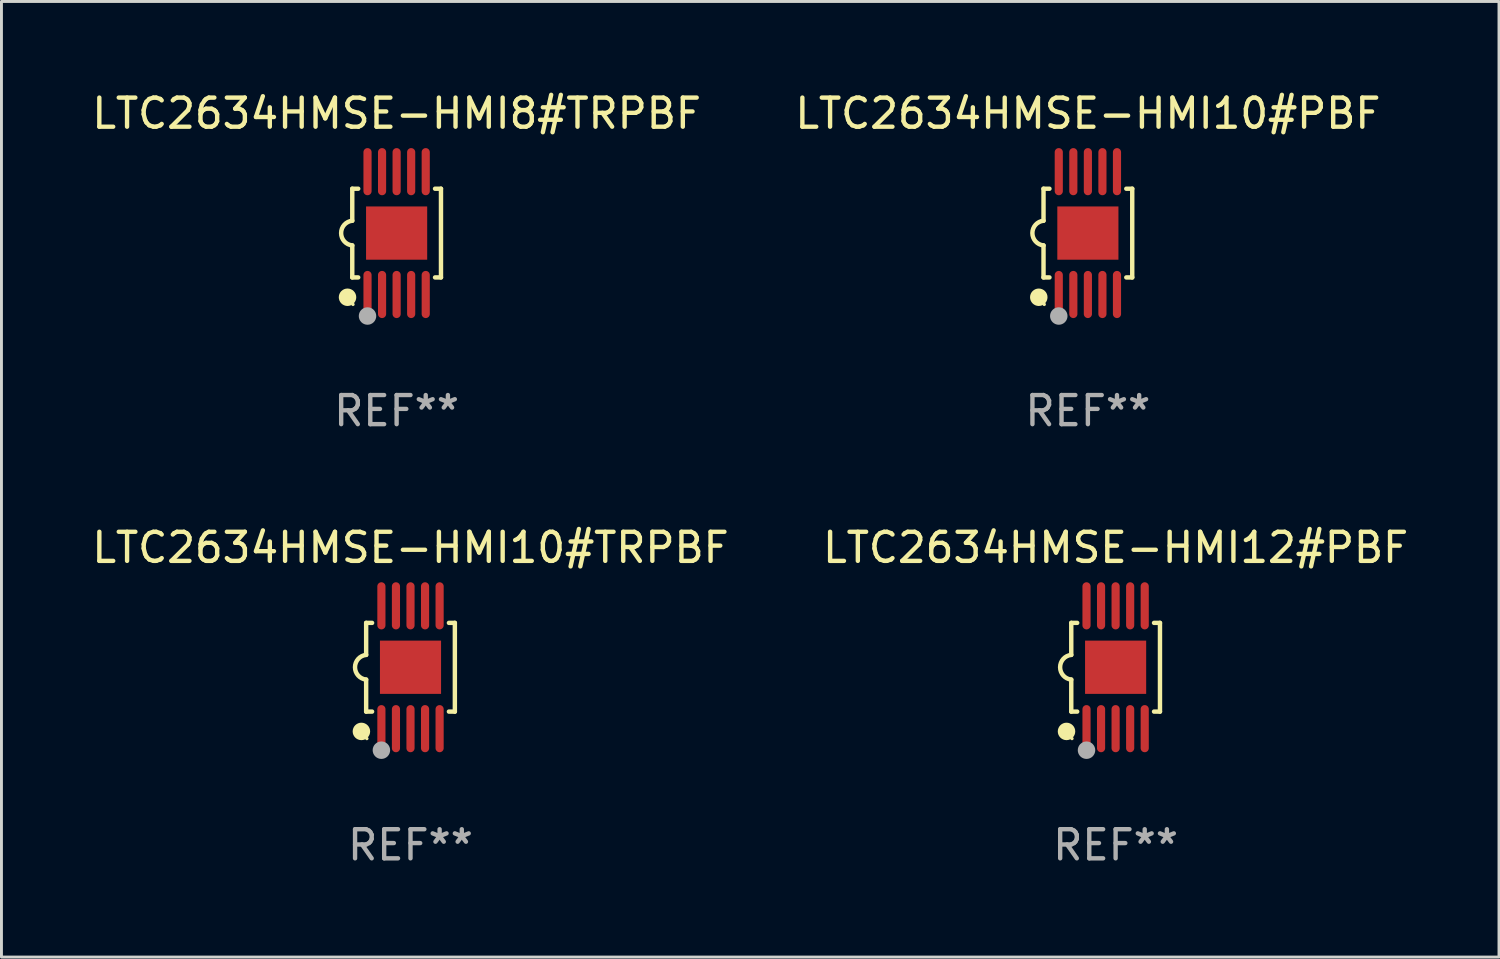
<source format=kicad_pcb>
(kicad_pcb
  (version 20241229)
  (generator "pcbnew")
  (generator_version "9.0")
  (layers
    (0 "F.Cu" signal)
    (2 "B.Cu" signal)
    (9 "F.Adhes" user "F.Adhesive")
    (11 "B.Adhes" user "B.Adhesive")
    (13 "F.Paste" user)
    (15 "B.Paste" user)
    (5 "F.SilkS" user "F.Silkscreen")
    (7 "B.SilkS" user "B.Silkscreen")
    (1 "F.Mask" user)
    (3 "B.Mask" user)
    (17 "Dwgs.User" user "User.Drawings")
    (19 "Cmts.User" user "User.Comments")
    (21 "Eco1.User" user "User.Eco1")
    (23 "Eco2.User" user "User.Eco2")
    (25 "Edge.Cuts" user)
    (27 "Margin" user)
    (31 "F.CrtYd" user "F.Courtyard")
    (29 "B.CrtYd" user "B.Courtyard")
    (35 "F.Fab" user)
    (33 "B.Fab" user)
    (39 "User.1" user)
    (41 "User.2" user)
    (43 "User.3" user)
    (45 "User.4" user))
  (footprint "LTC2634HMSE-HMI10#TRPBF"
    (layer "F.Cu")
    (at 11.054 19.875)
    (property "Reference" "LTC2634HMSE-HMI10#TRPBF" (at 0 -4.11 0) (layer "F.SilkS") (effects (font (size 1 1) (thickness 0.15))))
    (attr through_hole)
    (fp_line (start -1.524 -1.524) (end -1.524 -0.424) (stroke (width 0.152) (type solid)) (layer "F.SilkS"))
    (fp_line (start -1.524 1.524) (end -1.524 0.424) (stroke (width 0.152) (type solid)) (layer "F.SilkS"))
    (fp_line (start -1.524 1.524) (end -1.32 1.524) (stroke (width 0.152) (type solid)) (layer "F.SilkS"))
    (fp_line (start -1.32 -1.524) (end -1.524 -1.524) (stroke (width 0.152) (type solid)) (layer "F.SilkS"))
    (fp_line (start 1.32 1.524) (end 1.524 1.524) (stroke (width 0.152) (type solid)) (layer "F.SilkS"))
    (fp_line (start 1.524 -1.524) (end 1.32 -1.524) (stroke (width 0.152) (type solid)) (layer "F.SilkS"))
    (fp_line (start 1.524 1.524) (end 1.524 -1.524) (stroke (width 0.152) (type solid)) (layer "F.SilkS"))
    (fp_arc (start -1.524003 0.424003) (mid -1.906663 -0.000089) (end -1.524004 -0.424181) (stroke (width 0.151994) (type solid)) (layer "F.SilkS"))
    (fp_circle (center -1.687 2.205) (end -1.537 2.205) (stroke (width 0.3) (type solid)) (fill no) (layer "F.SilkS"))
    (fp_circle (center -1.5 2.45) (end -1.47 2.45) (stroke (width 0.06) (type solid)) (fill no) (layer "F.SilkS"))
    (fp_circle (center -1 2.85) (end -0.85 2.85) (stroke (width 0.3) (type solid)) (fill no) (layer "F.Fab"))
    (fp_text user "REF**" (at 0 6.11 0) (layer "F.Fab") (effects (font (size 1 1) (thickness 0.15))))
    (pad "1" smd oval (at -1 2.11) (size 0.28 1.62) (layers "F.Cu" "F.Mask" "F.Paste"))
    (pad "2" smd oval (at -0.5 2.11) (size 0.28 1.62) (layers "F.Cu" "F.Mask" "F.Paste"))
    (pad "3" smd oval (at 0 2.11) (size 0.28 1.62) (layers "F.Cu" "F.Mask" "F.Paste"))
    (pad "4" smd oval (at 0.5 2.11) (size 0.28 1.62) (layers "F.Cu" "F.Mask" "F.Paste"))
    (pad "5" smd oval (at 1 2.11) (size 0.28 1.62) (layers "F.Cu" "F.Mask" "F.Paste"))
    (pad "6" smd oval (at 1 -2.11) (size 0.28 1.62) (layers "F.Cu" "F.Mask" "F.Paste"))
    (pad "7" smd oval (at 0.5 -2.11) (size 0.28 1.62) (layers "F.Cu" "F.Mask" "F.Paste"))
    (pad "8" smd oval (at 0 -2.11) (size 0.28 1.62) (layers "F.Cu" "F.Mask" "F.Paste"))
    (pad "9" smd oval (at -0.5 -2.11) (size 0.28 1.62) (layers "F.Cu" "F.Mask" "F.Paste"))
    (pad "10" smd oval (at -1 -2.11) (size 0.28 1.62) (layers "F.Cu" "F.Mask" "F.Paste"))
    (pad "11" smd rect (at 0 0) (size 2.1 1.83) (layers "F.Cu" "F.Mask" "F.Paste")))
  (footprint "LTC2634HMSE-HMI12#PBF"
    (layer "F.Cu")
    (at 35.28 19.875)
    (property "Reference" "LTC2634HMSE-HMI12#PBF" (at 0 -4.11 0) (layer "F.SilkS") (effects (font (size 1 1) (thickness 0.15))))
    (attr through_hole)
    (fp_line (start -1.524 -1.524) (end -1.524 -0.424) (stroke (width 0.152) (type solid)) (layer "F.SilkS"))
    (fp_line (start -1.524 1.524) (end -1.524 0.424) (stroke (width 0.152) (type solid)) (layer "F.SilkS"))
    (fp_line (start -1.524 1.524) (end -1.32 1.524) (stroke (width 0.152) (type solid)) (layer "F.SilkS"))
    (fp_line (start -1.32 -1.524) (end -1.524 -1.524) (stroke (width 0.152) (type solid)) (layer "F.SilkS"))
    (fp_line (start 1.32 1.524) (end 1.524 1.524) (stroke (width 0.152) (type solid)) (layer "F.SilkS"))
    (fp_line (start 1.524 -1.524) (end 1.32 -1.524) (stroke (width 0.152) (type solid)) (layer "F.SilkS"))
    (fp_line (start 1.524 1.524) (end 1.524 -1.524) (stroke (width 0.152) (type solid)) (layer "F.SilkS"))
    (fp_arc (start -1.524003 0.424003) (mid -1.906663 -0.000089) (end -1.524004 -0.424181) (stroke (width 0.151994) (type solid)) (layer "F.SilkS"))
    (fp_circle (center -1.687 2.205) (end -1.537 2.205) (stroke (width 0.3) (type solid)) (fill no) (layer "F.SilkS"))
    (fp_circle (center -1.5 2.45) (end -1.47 2.45) (stroke (width 0.06) (type solid)) (fill no) (layer "F.SilkS"))
    (fp_circle (center -1 2.85) (end -0.85 2.85) (stroke (width 0.3) (type solid)) (fill no) (layer "F.Fab"))
    (fp_text user "REF**" (at 0 6.11 0) (layer "F.Fab") (effects (font (size 1 1) (thickness 0.15))))
    (pad "1" smd oval (at -1 2.11) (size 0.28 1.62) (layers "F.Cu" "F.Mask" "F.Paste"))
    (pad "2" smd oval (at -0.5 2.11) (size 0.28 1.62) (layers "F.Cu" "F.Mask" "F.Paste"))
    (pad "3" smd oval (at 0 2.11) (size 0.28 1.62) (layers "F.Cu" "F.Mask" "F.Paste"))
    (pad "4" smd oval (at 0.5 2.11) (size 0.28 1.62) (layers "F.Cu" "F.Mask" "F.Paste"))
    (pad "5" smd oval (at 1 2.11) (size 0.28 1.62) (layers "F.Cu" "F.Mask" "F.Paste"))
    (pad "6" smd oval (at 1 -2.11) (size 0.28 1.62) (layers "F.Cu" "F.Mask" "F.Paste"))
    (pad "7" smd oval (at 0.5 -2.11) (size 0.28 1.62) (layers "F.Cu" "F.Mask" "F.Paste"))
    (pad "8" smd oval (at 0 -2.11) (size 0.28 1.62) (layers "F.Cu" "F.Mask" "F.Paste"))
    (pad "9" smd oval (at -0.5 -2.11) (size 0.28 1.62) (layers "F.Cu" "F.Mask" "F.Paste"))
    (pad "10" smd oval (at -1 -2.11) (size 0.28 1.62) (layers "F.Cu" "F.Mask" "F.Paste"))
    (pad "11" smd rect (at 0 0) (size 2.1 1.83) (layers "F.Cu" "F.Mask" "F.Paste")))
  (footprint "LTC2634HMSE-HMI8#TRPBF"
    (layer "F.Cu")
    (at 10.577 4.958)
    (property "Reference" "LTC2634HMSE-HMI8#TRPBF" (at 0 -4.11 0) (layer "F.SilkS") (effects (font (size 1 1) (thickness 0.15))))
    (attr through_hole)
    (fp_line (start -1.524 -1.524) (end -1.524 -0.424) (stroke (width 0.152) (type solid)) (layer "F.SilkS"))
    (fp_line (start -1.524 1.524) (end -1.524 0.424) (stroke (width 0.152) (type solid)) (layer "F.SilkS"))
    (fp_line (start -1.524 1.524) (end -1.32 1.524) (stroke (width 0.152) (type solid)) (layer "F.SilkS"))
    (fp_line (start -1.32 -1.524) (end -1.524 -1.524) (stroke (width 0.152) (type solid)) (layer "F.SilkS"))
    (fp_line (start 1.32 1.524) (end 1.524 1.524) (stroke (width 0.152) (type solid)) (layer "F.SilkS"))
    (fp_line (start 1.524 -1.524) (end 1.32 -1.524) (stroke (width 0.152) (type solid)) (layer "F.SilkS"))
    (fp_line (start 1.524 1.524) (end 1.524 -1.524) (stroke (width 0.152) (type solid)) (layer "F.SilkS"))
    (fp_arc (start -1.524003 0.424003) (mid -1.906663 -0.000089) (end -1.524004 -0.424181) (stroke (width 0.151994) (type solid)) (layer "F.SilkS"))
    (fp_circle (center -1.687 2.205) (end -1.537 2.205) (stroke (width 0.3) (type solid)) (fill no) (layer "F.SilkS"))
    (fp_circle (center -1.5 2.45) (end -1.47 2.45) (stroke (width 0.06) (type solid)) (fill no) (layer "F.SilkS"))
    (fp_circle (center -1 2.85) (end -0.85 2.85) (stroke (width 0.3) (type solid)) (fill no) (layer "F.Fab"))
    (fp_text user "REF**" (at 0 6.11 0) (layer "F.Fab") (effects (font (size 1 1) (thickness 0.15))))
    (pad "1" smd oval (at -1 2.11) (size 0.28 1.62) (layers "F.Cu" "F.Mask" "F.Paste"))
    (pad "2" smd oval (at -0.5 2.11) (size 0.28 1.62) (layers "F.Cu" "F.Mask" "F.Paste"))
    (pad "3" smd oval (at 0 2.11) (size 0.28 1.62) (layers "F.Cu" "F.Mask" "F.Paste"))
    (pad "4" smd oval (at 0.5 2.11) (size 0.28 1.62) (layers "F.Cu" "F.Mask" "F.Paste"))
    (pad "5" smd oval (at 1 2.11) (size 0.28 1.62) (layers "F.Cu" "F.Mask" "F.Paste"))
    (pad "6" smd oval (at 1 -2.11) (size 0.28 1.62) (layers "F.Cu" "F.Mask" "F.Paste"))
    (pad "7" smd oval (at 0.5 -2.11) (size 0.28 1.62) (layers "F.Cu" "F.Mask" "F.Paste"))
    (pad "8" smd oval (at 0 -2.11) (size 0.28 1.62) (layers "F.Cu" "F.Mask" "F.Paste"))
    (pad "9" smd oval (at -0.5 -2.11) (size 0.28 1.62) (layers "F.Cu" "F.Mask" "F.Paste"))
    (pad "10" smd oval (at -1 -2.11) (size 0.28 1.62) (layers "F.Cu" "F.Mask" "F.Paste"))
    (pad "11" smd rect (at 0 0) (size 2.1 1.83) (layers "F.Cu" "F.Mask" "F.Paste")))
  (footprint "LTC2634HMSE-HMI10#PBF"
    (layer "F.Cu")
    (at 34.327 4.958)
    (property "Reference" "LTC2634HMSE-HMI10#PBF" (at 0 -4.11 0) (layer "F.SilkS") (effects (font (size 1 1) (thickness 0.15))))
    (attr through_hole)
    (fp_line (start -1.524 -1.524) (end -1.524 -0.424) (stroke (width 0.152) (type solid)) (layer "F.SilkS"))
    (fp_line (start -1.524 1.524) (end -1.524 0.424) (stroke (width 0.152) (type solid)) (layer "F.SilkS"))
    (fp_line (start -1.524 1.524) (end -1.32 1.524) (stroke (width 0.152) (type solid)) (layer "F.SilkS"))
    (fp_line (start -1.32 -1.524) (end -1.524 -1.524) (stroke (width 0.152) (type solid)) (layer "F.SilkS"))
    (fp_line (start 1.32 1.524) (end 1.524 1.524) (stroke (width 0.152) (type solid)) (layer "F.SilkS"))
    (fp_line (start 1.524 -1.524) (end 1.32 -1.524) (stroke (width 0.152) (type solid)) (layer "F.SilkS"))
    (fp_line (start 1.524 1.524) (end 1.524 -1.524) (stroke (width 0.152) (type solid)) (layer "F.SilkS"))
    (fp_arc (start -1.524003 0.424003) (mid -1.906663 -0.000089) (end -1.524004 -0.424181) (stroke (width 0.151994) (type solid)) (layer "F.SilkS"))
    (fp_circle (center -1.687 2.205) (end -1.537 2.205) (stroke (width 0.3) (type solid)) (fill no) (layer "F.SilkS"))
    (fp_circle (center -1.5 2.45) (end -1.47 2.45) (stroke (width 0.06) (type solid)) (fill no) (layer "F.SilkS"))
    (fp_circle (center -1 2.85) (end -0.85 2.85) (stroke (width 0.3) (type solid)) (fill no) (layer "F.Fab"))
    (fp_text user "REF**" (at 0 6.11 0) (layer "F.Fab") (effects (font (size 1 1) (thickness 0.15))))
    (pad "1" smd oval (at -1 2.11) (size 0.28 1.62) (layers "F.Cu" "F.Mask" "F.Paste"))
    (pad "2" smd oval (at -0.5 2.11) (size 0.28 1.62) (layers "F.Cu" "F.Mask" "F.Paste"))
    (pad "3" smd oval (at 0 2.11) (size 0.28 1.62) (layers "F.Cu" "F.Mask" "F.Paste"))
    (pad "4" smd oval (at 0.5 2.11) (size 0.28 1.62) (layers "F.Cu" "F.Mask" "F.Paste"))
    (pad "5" smd oval (at 1 2.11) (size 0.28 1.62) (layers "F.Cu" "F.Mask" "F.Paste"))
    (pad "6" smd oval (at 1 -2.11) (size 0.28 1.62) (layers "F.Cu" "F.Mask" "F.Paste"))
    (pad "7" smd oval (at 0.5 -2.11) (size 0.28 1.62) (layers "F.Cu" "F.Mask" "F.Paste"))
    (pad "8" smd oval (at 0 -2.11) (size 0.28 1.62) (layers "F.Cu" "F.Mask" "F.Paste"))
    (pad "9" smd oval (at -0.5 -2.11) (size 0.28 1.62) (layers "F.Cu" "F.Mask" "F.Paste"))
    (pad "10" smd oval (at -1 -2.11) (size 0.28 1.62) (layers "F.Cu" "F.Mask" "F.Paste"))
    (pad "11" smd rect (at 0 0) (size 2.1 1.83) (layers "F.Cu" "F.Mask" "F.Paste")))
  (gr_rect
    (start -3 -3)
    (end 48.452 29.833)
    (stroke (width 0.1) (type default))
    (fill no)
    (layer "Edge.Cuts")))
</source>
